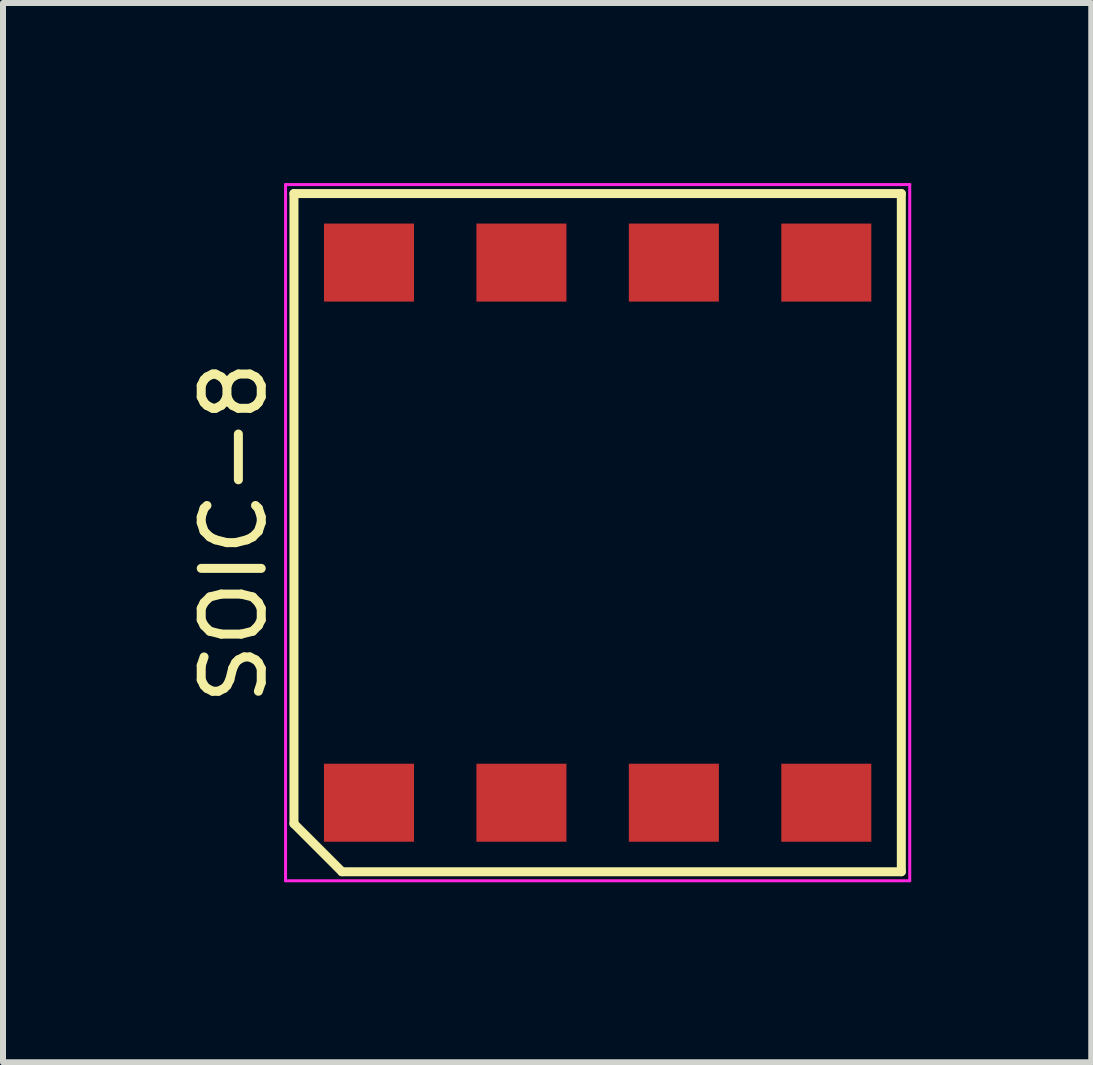
<source format=kicad_pcb>
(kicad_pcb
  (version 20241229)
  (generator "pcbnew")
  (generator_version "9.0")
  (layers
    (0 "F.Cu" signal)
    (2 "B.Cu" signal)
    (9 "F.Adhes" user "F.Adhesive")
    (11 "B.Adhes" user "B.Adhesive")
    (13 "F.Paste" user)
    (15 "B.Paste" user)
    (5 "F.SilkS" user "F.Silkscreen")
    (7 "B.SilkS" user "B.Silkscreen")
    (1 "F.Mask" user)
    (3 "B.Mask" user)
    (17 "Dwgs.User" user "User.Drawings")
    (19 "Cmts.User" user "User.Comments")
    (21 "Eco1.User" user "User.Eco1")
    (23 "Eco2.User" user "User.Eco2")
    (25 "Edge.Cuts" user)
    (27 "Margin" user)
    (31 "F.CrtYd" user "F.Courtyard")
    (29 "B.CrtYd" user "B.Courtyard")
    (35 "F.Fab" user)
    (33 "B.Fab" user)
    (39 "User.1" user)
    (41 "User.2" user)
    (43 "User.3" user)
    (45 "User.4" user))
  (footprint "SOIC-8"
    (layer "F.Cu")
    (at 6.908 5.825)
    (property "Reference" "SOIC-8" (at -6.06 0 90) (layer "F.SilkS") (effects (font (size 1 1) (thickness 0.15))))
    (attr smd)
    (fp_line (start -5.06 -5.65) (end 5.06 -5.65) (stroke (width 0.15) (type solid)) (layer "F.SilkS"))
    (fp_line (start -5.06 4.85) (end -5.06 -5.65) (stroke (width 0.15) (type solid)) (layer "F.SilkS"))
    (fp_line (start -4.26 5.65) (end -5.06 4.85) (stroke (width 0.15) (type solid)) (layer "F.SilkS"))
    (fp_line (start 5.06 -5.65) (end 5.06 5.65) (stroke (width 0.15) (type solid)) (layer "F.SilkS"))
    (fp_line (start 5.06 5.65) (end -4.26 5.65) (stroke (width 0.15) (type solid)) (layer "F.SilkS"))
    (fp_line (start -5.2 -5.8) (end 5.2 -5.8) (stroke (width 0.05) (type solid)) (layer "F.CrtYd"))
    (fp_line (start -5.2 5.8) (end -5.2 -5.8) (stroke (width 0.05) (type solid)) (layer "F.CrtYd"))
    (fp_line (start 5.2 -5.8) (end 5.2 5.8) (stroke (width 0.05) (type solid)) (layer "F.CrtYd"))
    (fp_line (start 5.2 5.8) (end -5.2 5.8) (stroke (width 0.05) (type solid)) (layer "F.CrtYd"))
    (pad "1" smd rect (at -3.81 4.5) (size 1.5 1.3) (layers "F.Cu" "F.Mask" "F.Paste"))
    (pad "2" smd rect (at -1.27 4.5) (size 1.5 1.3) (layers "F.Cu" "F.Mask" "F.Paste"))
    (pad "3" smd rect (at 1.27 4.5) (size 1.5 1.3) (layers "F.Cu" "F.Mask" "F.Paste"))
    (pad "4" smd rect (at 3.81 4.5) (size 1.5 1.3) (layers "F.Cu" "F.Mask" "F.Paste"))
    (pad "5" smd rect (at 3.81 -4.5) (size 1.5 1.3) (layers "F.Cu" "F.Mask" "F.Paste"))
    (pad "6" smd rect (at 1.27 -4.5) (size 1.5 1.3) (layers "F.Cu" "F.Mask" "F.Paste"))
    (pad "7" smd rect (at -1.27 -4.5) (size 1.5 1.3) (layers "F.Cu" "F.Mask" "F.Paste"))
    (pad "8" smd rect (at -3.81 -4.5) (size 1.5 1.3) (layers "F.Cu" "F.Mask" "F.Paste")))
  (gr_rect
    (start -3 -3)
    (end 15.133 14.65)
    (stroke (width 0.1) (type default))
    (fill no)
    (layer "Edge.Cuts")))
</source>
